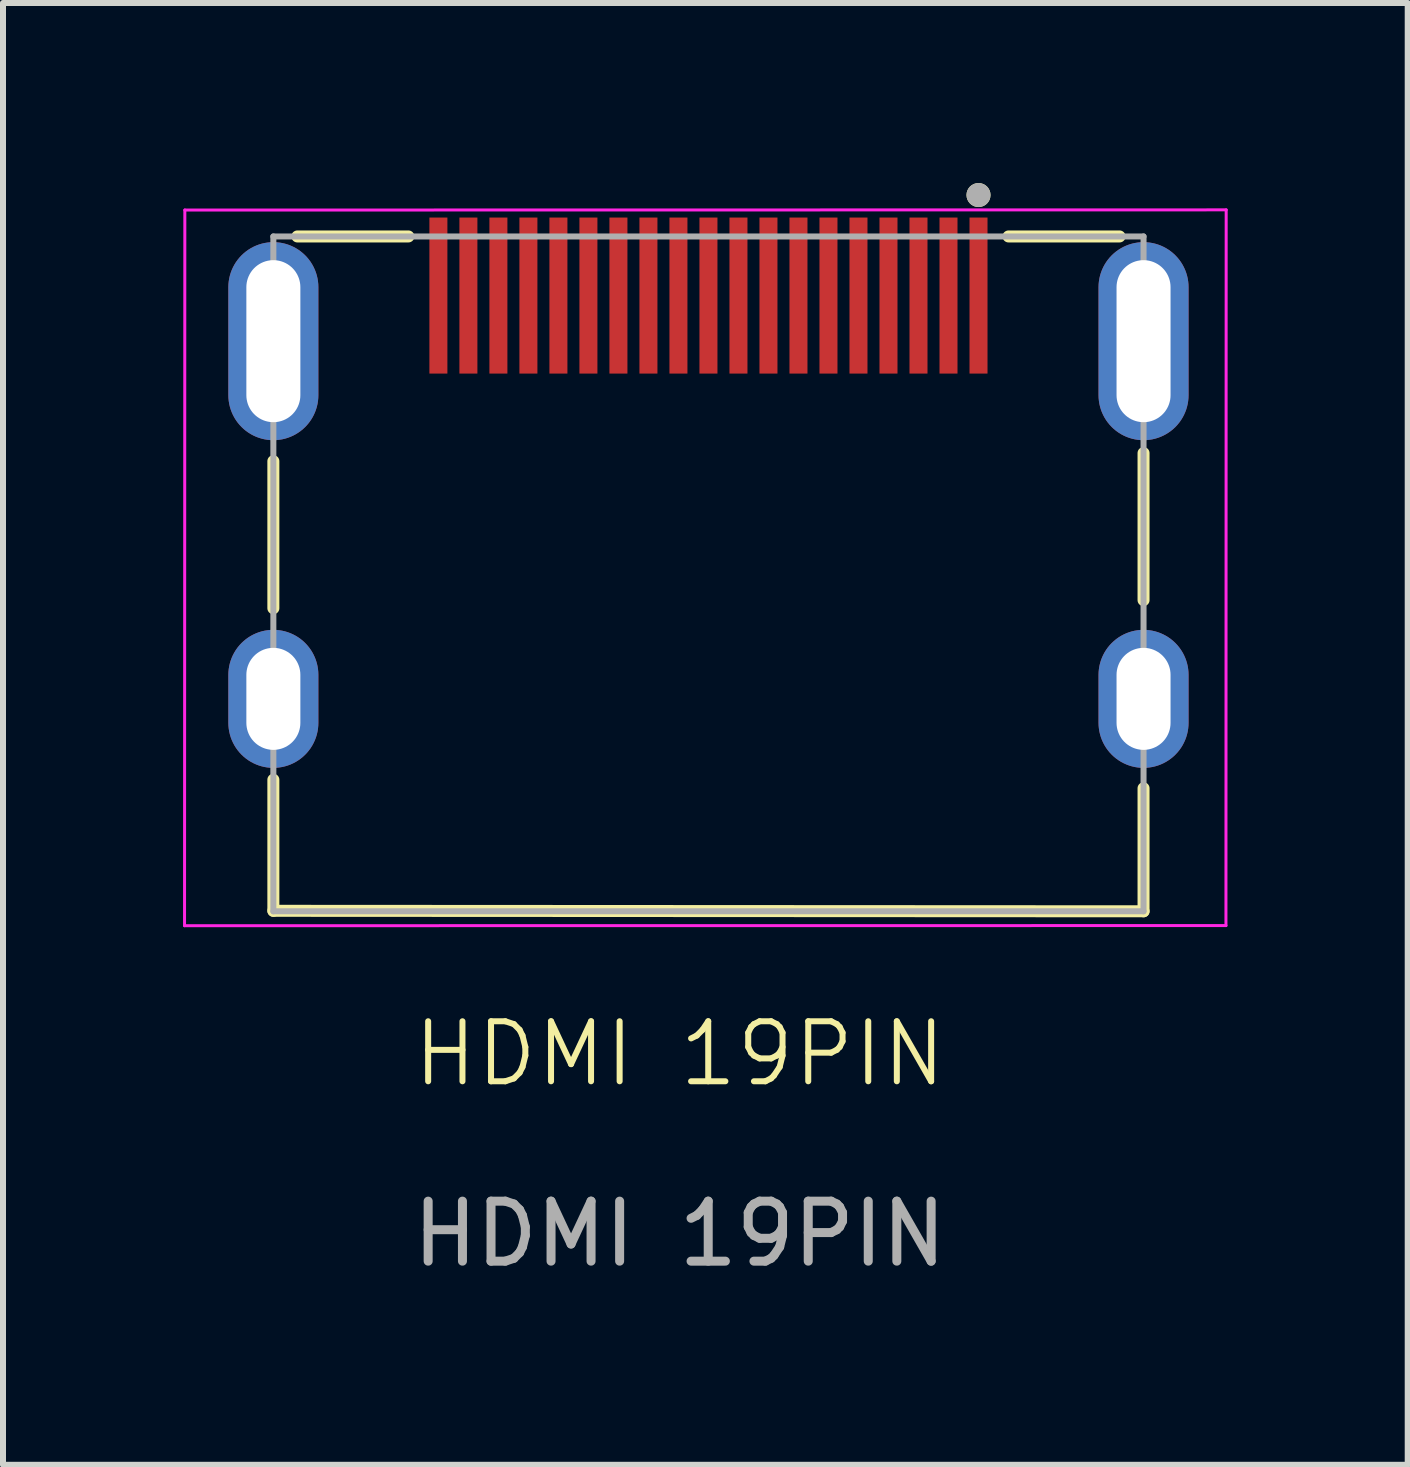
<source format=kicad_pcb>
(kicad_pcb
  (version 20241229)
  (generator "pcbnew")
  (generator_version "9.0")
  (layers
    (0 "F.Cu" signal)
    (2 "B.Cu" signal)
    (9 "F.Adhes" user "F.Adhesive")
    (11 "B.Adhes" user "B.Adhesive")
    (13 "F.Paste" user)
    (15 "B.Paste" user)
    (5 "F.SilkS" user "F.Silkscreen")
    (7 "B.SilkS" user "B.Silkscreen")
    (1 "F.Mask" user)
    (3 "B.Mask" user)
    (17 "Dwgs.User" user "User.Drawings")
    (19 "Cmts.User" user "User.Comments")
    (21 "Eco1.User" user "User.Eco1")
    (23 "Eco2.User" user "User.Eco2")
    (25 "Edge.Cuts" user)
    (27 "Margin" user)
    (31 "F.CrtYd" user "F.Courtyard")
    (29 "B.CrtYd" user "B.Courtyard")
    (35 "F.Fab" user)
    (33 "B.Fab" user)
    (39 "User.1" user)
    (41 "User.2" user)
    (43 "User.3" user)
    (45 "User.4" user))
  (footprint "HDMI 19PIN"
    (layer "F.Cu")
    (at 1.505 2.635)
    (property "Reference" "HDMI 19PIN" (at 6.77 11.875 0) (unlocked yes) (layer "F.SilkS") (effects (font (size 1 1) (thickness 0.1))))
    (attr smd)
    (fp_line (start 0 4.45) (end 0 2) (stroke (width 0.2) (type solid)) (layer "F.SilkS"))
    (fp_line (start 0 7.308) (end 0 9.492) (stroke (width 0.2) (type solid)) (layer "F.SilkS"))
    (fp_line (start 0 9.492) (end 14.5 9.5) (stroke (width 0.2) (type solid)) (layer "F.SilkS"))
    (fp_line (start 0.4 -1.745) (end 2.25 -1.745) (stroke (width 0.2) (type solid)) (layer "F.SilkS"))
    (fp_line (start 12.25 -1.745) (end 14.1 -1.745) (stroke (width 0.2) (type solid)) (layer "F.SilkS"))
    (fp_line (start 14.5 4.315) (end 14.5 1.865) (stroke (width 0.2) (type solid)) (layer "F.SilkS"))
    (fp_line (start 14.5 9.5) (end 14.5 7.45) (stroke (width 0.2) (type solid)) (layer "F.SilkS"))
    (fp_circle (center 11.75 -2.435) (end 11.85 -2.435) (stroke (width 0.2) (type solid)) (fill no) (layer "F.SilkS"))
    (fp_line (start -1.48 9.74) (end 15.873 9.738) (stroke (width 0.05) (type solid)) (layer "F.CrtYd"))
    (fp_line (start -1.475 -2.185) (end -1.48 9.74) (stroke (width 0.05) (type solid)) (layer "F.CrtYd"))
    (fp_line (start 15.873 9.738) (end 15.877 -2.188) (stroke (width 0.05) (type solid)) (layer "F.CrtYd"))
    (fp_line (start 15.877 -2.188) (end -1.475 -2.185) (stroke (width 0.05) (type solid)) (layer "F.CrtYd"))
    (fp_line (start 0 -1.745) (end 0 9.5) (stroke (width 0.1) (type solid)) (layer "F.Fab"))
    (fp_line (start 0 9.5) (end 14.5 9.5) (stroke (width 0.1) (type solid)) (layer "F.Fab"))
    (fp_line (start 14.5 -1.745) (end 0 -1.745) (stroke (width 0.1) (type solid)) (layer "F.Fab"))
    (fp_line (start 14.5 9.5) (end 14.5 -1.745) (stroke (width 0.1) (type solid)) (layer "F.Fab"))
    (fp_circle (center 11.75 -2.435) (end 11.85 -2.435) (stroke (width 0.2) (type solid)) (fill no) (layer "F.Fab"))
    (fp_text user "${REFERENCE}" (at 6.77 14.875 0) (unlocked yes) (layer "F.Fab") (effects (font (size 1 1) (thickness 0.15))))
    (pad "01" smd rect (at 11.75 -0.76) (size 0.3 2.6) (layers "F.Cu" "F.Mask" "F.Paste"))
    (pad "02" smd rect (at 11.25 -0.76) (size 0.3 2.6) (layers "F.Cu" "F.Mask" "F.Paste"))
    (pad "03" smd rect (at 10.75 -0.76) (size 0.3 2.6) (layers "F.Cu" "F.Mask" "F.Paste"))
    (pad "04" smd rect (at 10.25 -0.76) (size 0.3 2.6) (layers "F.Cu" "F.Mask" "F.Paste"))
    (pad "05" smd rect (at 9.75 -0.76) (size 0.3 2.6) (layers "F.Cu" "F.Mask" "F.Paste"))
    (pad "06" smd rect (at 9.25 -0.76) (size 0.3 2.6) (layers "F.Cu" "F.Mask" "F.Paste"))
    (pad "07" smd rect (at 8.75 -0.76) (size 0.3 2.6) (layers "F.Cu" "F.Mask" "F.Paste"))
    (pad "08" smd rect (at 8.25 -0.76) (size 0.3 2.6) (layers "F.Cu" "F.Mask" "F.Paste"))
    (pad "09" smd rect (at 7.75 -0.76) (size 0.3 2.6) (layers "F.Cu" "F.Mask" "F.Paste"))
    (pad "10" smd rect (at 7.25 -0.76) (size 0.3 2.6) (layers "F.Cu" "F.Mask" "F.Paste"))
    (pad "11" smd rect (at 6.75 -0.76) (size 0.3 2.6) (layers "F.Cu" "F.Mask" "F.Paste"))
    (pad "12" smd rect (at 6.25 -0.76) (size 0.3 2.6) (layers "F.Cu" "F.Mask" "F.Paste"))
    (pad "13" smd rect (at 5.75 -0.76) (size 0.3 2.6) (layers "F.Cu" "F.Mask" "F.Paste"))
    (pad "14" smd rect (at 5.25 -0.76) (size 0.3 2.6) (layers "F.Cu" "F.Mask" "F.Paste"))
    (pad "15" smd rect (at 4.75 -0.76) (size 0.3 2.6) (layers "F.Cu" "F.Mask" "F.Paste"))
    (pad "16" smd rect (at 4.25 -0.76) (size 0.3 2.6) (layers "F.Cu" "F.Mask" "F.Paste"))
    (pad "17" smd rect (at 3.75 -0.76) (size 0.3 2.6) (layers "F.Cu" "F.Mask" "F.Paste"))
    (pad "18" smd rect (at 3.25 -0.76) (size 0.3 2.6) (layers "F.Cu" "F.Mask" "F.Paste"))
    (pad "19" smd rect (at 2.75 -0.76) (size 0.3 2.6) (layers "F.Cu" "F.Mask" "F.Paste"))
    (pad "SH" thru_hole oval (at 0 0 180) (size 1.5 3.3) (drill oval 0.9 2.7) (layers "*.Cu" "*.Mask"))
    (pad "SH" thru_hole oval (at 0 5.96 180) (size 1.5 2.3) (drill oval 0.9 1.7) (layers "*.Cu" "*.Mask"))
    (pad "SH" thru_hole oval (at 14.5 0 180) (size 1.5 3.3) (drill oval 0.9 2.7) (layers "*.Cu" "*.Mask"))
    (pad "SH" thru_hole oval (at 14.5 5.96 180) (size 1.5 2.3) (drill oval 0.9 1.7) (layers "*.Cu" "*.Mask")))
  (gr_rect
    (start -3 -3)
    (end 20.407 21.358)
    (stroke (width 0.1) (type default))
    (fill no)
    (layer "Edge.Cuts")))
</source>
